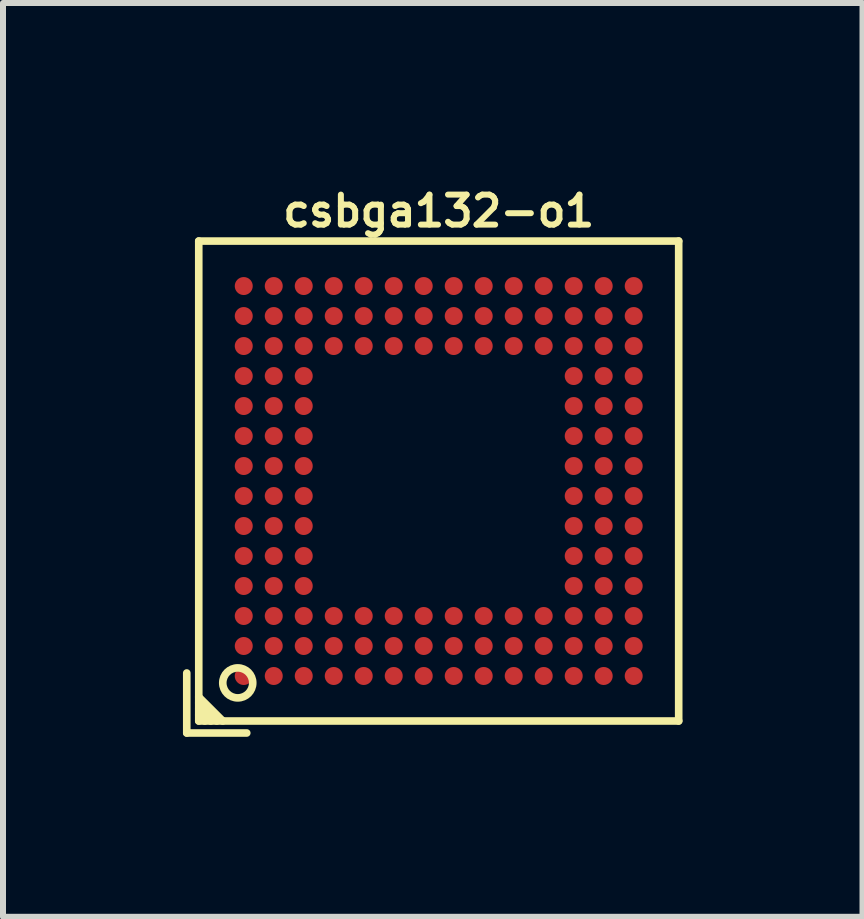
<source format=kicad_pcb>
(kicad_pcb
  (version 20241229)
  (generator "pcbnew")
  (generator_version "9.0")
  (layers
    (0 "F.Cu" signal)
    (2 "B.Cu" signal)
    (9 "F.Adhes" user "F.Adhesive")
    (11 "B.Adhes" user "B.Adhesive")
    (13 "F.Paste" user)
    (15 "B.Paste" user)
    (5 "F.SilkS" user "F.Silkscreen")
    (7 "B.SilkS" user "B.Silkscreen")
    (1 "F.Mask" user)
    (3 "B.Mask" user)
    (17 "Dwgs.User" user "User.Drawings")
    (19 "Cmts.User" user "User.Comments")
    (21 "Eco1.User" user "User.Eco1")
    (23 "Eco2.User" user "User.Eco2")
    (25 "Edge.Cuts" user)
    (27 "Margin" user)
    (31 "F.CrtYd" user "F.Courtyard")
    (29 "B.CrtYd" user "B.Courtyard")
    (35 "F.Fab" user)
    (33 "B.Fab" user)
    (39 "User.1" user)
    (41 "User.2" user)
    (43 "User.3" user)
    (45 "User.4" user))
  (footprint "csbga132-o1"
    (layer "F.Cu")
    (at 4.263 4.968)
    (property "Reference" "csbga132-o1" (at 0 -4.5 0) (layer "F.SilkS") (effects (font (size 0.5 0.5) (thickness 0.1))))
    (attr through_hole)
    (fp_line (start -4.2 3.2) (end -4.2 4.2) (stroke (width 0.127) (type solid)) (layer "F.SilkS"))
    (fp_line (start -4.2 4.2) (end -3.2 4.2) (stroke (width 0.127) (type solid)) (layer "F.SilkS"))
    (fp_line (start -4 -4) (end 4 -4) (stroke (width 0.127) (type solid)) (layer "F.SilkS"))
    (fp_line (start -4 3.6) (end -3.6 4) (stroke (width 0.127) (type solid)) (layer "F.SilkS"))
    (fp_line (start -4 3.7) (end -3.7 4) (stroke (width 0.127) (type solid)) (layer "F.SilkS"))
    (fp_line (start -4 4) (end -4 -4) (stroke (width 0.127) (type solid)) (layer "F.SilkS"))
    (fp_line (start -3.9 4) (end -4 3.9) (stroke (width 0.127) (type solid)) (layer "F.SilkS"))
    (fp_line (start -3.8 4) (end -4 3.8) (stroke (width 0.127) (type solid)) (layer "F.SilkS"))
    (fp_line (start 4 -4) (end 4 4) (stroke (width 0.127) (type solid)) (layer "F.SilkS"))
    (fp_line (start 4 4) (end -4 4) (stroke (width 0.127) (type solid)) (layer "F.SilkS"))
    (fp_circle (center -3.35 3.365) (end -3.6 3.365) (stroke (width 0.127) (type solid)) (fill no) (layer "F.SilkS"))
    (pad "A1" smd circle (at -3.25 3.25) (size 0.3 0.3) (layers "F.Cu" "F.Mask" "F.Paste"))
    (pad "A2" smd circle (at -3.25 2.75) (size 0.3 0.3) (layers "F.Cu" "F.Mask" "F.Paste"))
    (pad "A3" smd circle (at -3.25 2.25) (size 0.3 0.3) (layers "F.Cu" "F.Mask" "F.Paste"))
    (pad "A4" smd circle (at -3.25 1.75) (size 0.3 0.3) (layers "F.Cu" "F.Mask" "F.Paste"))
    (pad "A5" smd circle (at -3.25 1.25) (size 0.3 0.3) (layers "F.Cu" "F.Mask" "F.Paste"))
    (pad "A6" smd circle (at -3.25 0.75) (size 0.3 0.3) (layers "F.Cu" "F.Mask" "F.Paste"))
    (pad "A7" smd circle (at -3.25 0.25) (size 0.3 0.3) (layers "F.Cu" "F.Mask" "F.Paste"))
    (pad "A8" smd circle (at -3.25 -0.25) (size 0.3 0.3) (layers "F.Cu" "F.Mask" "F.Paste"))
    (pad "A9" smd circle (at -3.25 -0.75) (size 0.3 0.3) (layers "F.Cu" "F.Mask" "F.Paste"))
    (pad "A10" smd circle (at -3.25 -1.25) (size 0.3 0.3) (layers "F.Cu" "F.Mask" "F.Paste"))
    (pad "A11" smd circle (at -3.25 -1.75) (size 0.3 0.3) (layers "F.Cu" "F.Mask" "F.Paste"))
    (pad "A12" smd circle (at -3.25 -2.25) (size 0.3 0.3) (layers "F.Cu" "F.Mask" "F.Paste"))
    (pad "A13" smd circle (at -3.25 -2.75) (size 0.3 0.3) (layers "F.Cu" "F.Mask" "F.Paste"))
    (pad "A14" smd circle (at -3.25 -3.25) (size 0.3 0.3) (layers "F.Cu" "F.Mask" "F.Paste"))
    (pad "B1" smd circle (at -2.75 3.25) (size 0.3 0.3) (layers "F.Cu" "F.Mask" "F.Paste"))
    (pad "B2" smd circle (at -2.75 2.75) (size 0.3 0.3) (layers "F.Cu" "F.Mask" "F.Paste"))
    (pad "B3" smd circle (at -2.75 2.25) (size 0.3 0.3) (layers "F.Cu" "F.Mask" "F.Paste"))
    (pad "B4" smd circle (at -2.75 1.75) (size 0.3 0.3) (layers "F.Cu" "F.Mask" "F.Paste"))
    (pad "B5" smd circle (at -2.75 1.25) (size 0.3 0.3) (layers "F.Cu" "F.Mask" "F.Paste"))
    (pad "B6" smd circle (at -2.75 0.75) (size 0.3 0.3) (layers "F.Cu" "F.Mask" "F.Paste"))
    (pad "B7" smd circle (at -2.75 0.25) (size 0.3 0.3) (layers "F.Cu" "F.Mask" "F.Paste"))
    (pad "B8" smd circle (at -2.75 -0.25) (size 0.3 0.3) (layers "F.Cu" "F.Mask" "F.Paste"))
    (pad "B9" smd circle (at -2.75 -0.75) (size 0.3 0.3) (layers "F.Cu" "F.Mask" "F.Paste"))
    (pad "B10" smd circle (at -2.75 -1.25) (size 0.3 0.3) (layers "F.Cu" "F.Mask" "F.Paste"))
    (pad "B11" smd circle (at -2.75 -1.75) (size 0.3 0.3) (layers "F.Cu" "F.Mask" "F.Paste"))
    (pad "B12" smd circle (at -2.75 -2.25) (size 0.3 0.3) (layers "F.Cu" "F.Mask" "F.Paste"))
    (pad "B13" smd circle (at -2.75 -2.75) (size 0.3 0.3) (layers "F.Cu" "F.Mask" "F.Paste"))
    (pad "B14" smd circle (at -2.75 -3.25) (size 0.3 0.3) (layers "F.Cu" "F.Mask" "F.Paste"))
    (pad "C1" smd circle (at -2.25 3.25) (size 0.3 0.3) (layers "F.Cu" "F.Mask" "F.Paste"))
    (pad "C2" smd circle (at -2.25 2.75) (size 0.3 0.3) (layers "F.Cu" "F.Mask" "F.Paste"))
    (pad "C3" smd circle (at -2.25 2.25) (size 0.3 0.3) (layers "F.Cu" "F.Mask" "F.Paste"))
    (pad "C4" smd circle (at -2.25 1.75) (size 0.3 0.3) (layers "F.Cu" "F.Mask" "F.Paste"))
    (pad "C5" smd circle (at -2.25 1.25) (size 0.3 0.3) (layers "F.Cu" "F.Mask" "F.Paste"))
    (pad "C6" smd circle (at -2.25 0.75) (size 0.3 0.3) (layers "F.Cu" "F.Mask" "F.Paste"))
    (pad "C7" smd circle (at -2.25 0.25) (size 0.3 0.3) (layers "F.Cu" "F.Mask" "F.Paste"))
    (pad "C8" smd circle (at -2.25 -0.25) (size 0.3 0.3) (layers "F.Cu" "F.Mask" "F.Paste"))
    (pad "C9" smd circle (at -2.25 -0.75) (size 0.3 0.3) (layers "F.Cu" "F.Mask" "F.Paste"))
    (pad "C10" smd circle (at -2.25 -1.25) (size 0.3 0.3) (layers "F.Cu" "F.Mask" "F.Paste"))
    (pad "C11" smd circle (at -2.25 -1.75) (size 0.3 0.3) (layers "F.Cu" "F.Mask" "F.Paste"))
    (pad "C12" smd circle (at -2.25 -2.25) (size 0.3 0.3) (layers "F.Cu" "F.Mask" "F.Paste"))
    (pad "C13" smd circle (at -2.25 -2.75) (size 0.3 0.3) (layers "F.Cu" "F.Mask" "F.Paste"))
    (pad "C14" smd circle (at -2.25 -3.25) (size 0.3 0.3) (layers "F.Cu" "F.Mask" "F.Paste"))
    (pad "D1" smd circle (at -1.75 3.25) (size 0.3 0.3) (layers "F.Cu" "F.Mask" "F.Paste"))
    (pad "D2" smd circle (at -1.75 2.75) (size 0.3 0.3) (layers "F.Cu" "F.Mask" "F.Paste"))
    (pad "D3" smd circle (at -1.75 2.25) (size 0.3 0.3) (layers "F.Cu" "F.Mask" "F.Paste"))
    (pad "D12" smd circle (at -1.75 -2.25) (size 0.3 0.3) (layers "F.Cu" "F.Mask" "F.Paste"))
    (pad "D13" smd circle (at -1.75 -2.75) (size 0.3 0.3) (layers "F.Cu" "F.Mask" "F.Paste"))
    (pad "D14" smd circle (at -1.75 -3.25) (size 0.3 0.3) (layers "F.Cu" "F.Mask" "F.Paste"))
    (pad "E1" smd circle (at -1.25 3.25) (size 0.3 0.3) (layers "F.Cu" "F.Mask" "F.Paste"))
    (pad "E2" smd circle (at -1.25 2.75) (size 0.3 0.3) (layers "F.Cu" "F.Mask" "F.Paste"))
    (pad "E3" smd circle (at -1.25 2.25) (size 0.3 0.3) (layers "F.Cu" "F.Mask" "F.Paste"))
    (pad "E12" smd circle (at -1.25 -2.25) (size 0.3 0.3) (layers "F.Cu" "F.Mask" "F.Paste"))
    (pad "E13" smd circle (at -1.25 -2.75) (size 0.3 0.3) (layers "F.Cu" "F.Mask" "F.Paste"))
    (pad "E14" smd circle (at -1.25 -3.25) (size 0.3 0.3) (layers "F.Cu" "F.Mask" "F.Paste"))
    (pad "F1" smd circle (at -0.75 3.25) (size 0.3 0.3) (layers "F.Cu" "F.Mask" "F.Paste"))
    (pad "F2" smd circle (at -0.75 2.75) (size 0.3 0.3) (layers "F.Cu" "F.Mask" "F.Paste"))
    (pad "F3" smd circle (at -0.75 2.25) (size 0.3 0.3) (layers "F.Cu" "F.Mask" "F.Paste"))
    (pad "F12" smd circle (at -0.75 -2.25) (size 0.3 0.3) (layers "F.Cu" "F.Mask" "F.Paste"))
    (pad "F13" smd circle (at -0.75 -2.75) (size 0.3 0.3) (layers "F.Cu" "F.Mask" "F.Paste"))
    (pad "F14" smd circle (at -0.75 -3.25) (size 0.3 0.3) (layers "F.Cu" "F.Mask" "F.Paste"))
    (pad "G1" smd circle (at -0.25 3.25) (size 0.3 0.3) (layers "F.Cu" "F.Mask" "F.Paste"))
    (pad "G2" smd circle (at -0.25 2.75) (size 0.3 0.3) (layers "F.Cu" "F.Mask" "F.Paste"))
    (pad "G3" smd circle (at -0.25 2.25) (size 0.3 0.3) (layers "F.Cu" "F.Mask" "F.Paste"))
    (pad "G12" smd circle (at -0.25 -2.25) (size 0.3 0.3) (layers "F.Cu" "F.Mask" "F.Paste"))
    (pad "G13" smd circle (at -0.25 -2.75) (size 0.3 0.3) (layers "F.Cu" "F.Mask" "F.Paste"))
    (pad "G14" smd circle (at -0.25 -3.25) (size 0.3 0.3) (layers "F.Cu" "F.Mask" "F.Paste"))
    (pad "H1" smd circle (at 0.25 3.25) (size 0.3 0.3) (layers "F.Cu" "F.Mask" "F.Paste"))
    (pad "H2" smd circle (at 0.25 2.75) (size 0.3 0.3) (layers "F.Cu" "F.Mask" "F.Paste"))
    (pad "H3" smd circle (at 0.25 2.25) (size 0.3 0.3) (layers "F.Cu" "F.Mask" "F.Paste"))
    (pad "H12" smd circle (at 0.25 -2.25) (size 0.3 0.3) (layers "F.Cu" "F.Mask" "F.Paste"))
    (pad "H13" smd circle (at 0.25 -2.75) (size 0.3 0.3) (layers "F.Cu" "F.Mask" "F.Paste"))
    (pad "H14" smd circle (at 0.25 -3.25) (size 0.3 0.3) (layers "F.Cu" "F.Mask" "F.Paste"))
    (pad "J1" smd circle (at 0.75 3.25) (size 0.3 0.3) (layers "F.Cu" "F.Mask" "F.Paste"))
    (pad "J2" smd circle (at 0.75 2.75) (size 0.3 0.3) (layers "F.Cu" "F.Mask" "F.Paste"))
    (pad "J3" smd circle (at 0.75 2.25) (size 0.3 0.3) (layers "F.Cu" "F.Mask" "F.Paste"))
    (pad "J12" smd circle (at 0.75 -2.25) (size 0.3 0.3) (layers "F.Cu" "F.Mask" "F.Paste"))
    (pad "J13" smd circle (at 0.75 -2.75) (size 0.3 0.3) (layers "F.Cu" "F.Mask" "F.Paste"))
    (pad "J14" smd circle (at 0.75 -3.25) (size 0.3 0.3) (layers "F.Cu" "F.Mask" "F.Paste"))
    (pad "K1" smd circle (at 1.25 3.25) (size 0.3 0.3) (layers "F.Cu" "F.Mask" "F.Paste"))
    (pad "K2" smd circle (at 1.25 2.75) (size 0.3 0.3) (layers "F.Cu" "F.Mask" "F.Paste"))
    (pad "K3" smd circle (at 1.25 2.25) (size 0.3 0.3) (layers "F.Cu" "F.Mask" "F.Paste"))
    (pad "K12" smd circle (at 1.25 -2.25) (size 0.3 0.3) (layers "F.Cu" "F.Mask" "F.Paste"))
    (pad "K13" smd circle (at 1.25 -2.75) (size 0.3 0.3) (layers "F.Cu" "F.Mask" "F.Paste"))
    (pad "K14" smd circle (at 1.25 -3.25) (size 0.3 0.3) (layers "F.Cu" "F.Mask" "F.Paste"))
    (pad "L1" smd circle (at 1.75 3.25) (size 0.3 0.3) (layers "F.Cu" "F.Mask" "F.Paste"))
    (pad "L2" smd circle (at 1.75 2.75) (size 0.3 0.3) (layers "F.Cu" "F.Mask" "F.Paste"))
    (pad "L3" smd circle (at 1.75 2.25) (size 0.3 0.3) (layers "F.Cu" "F.Mask" "F.Paste"))
    (pad "L12" smd circle (at 1.75 -2.25) (size 0.3 0.3) (layers "F.Cu" "F.Mask" "F.Paste"))
    (pad "L13" smd circle (at 1.75 -2.75) (size 0.3 0.3) (layers "F.Cu" "F.Mask" "F.Paste"))
    (pad "L14" smd circle (at 1.75 -3.25) (size 0.3 0.3) (layers "F.Cu" "F.Mask" "F.Paste"))
    (pad "M1" smd circle (at 2.25 3.25) (size 0.3 0.3) (layers "F.Cu" "F.Mask" "F.Paste"))
    (pad "M2" smd circle (at 2.25 2.75) (size 0.3 0.3) (layers "F.Cu" "F.Mask" "F.Paste"))
    (pad "M3" smd circle (at 2.25 2.25) (size 0.3 0.3) (layers "F.Cu" "F.Mask" "F.Paste"))
    (pad "M4" smd circle (at 2.25 1.75) (size 0.3 0.3) (layers "F.Cu" "F.Mask" "F.Paste"))
    (pad "M5" smd circle (at 2.25 1.25) (size 0.3 0.3) (layers "F.Cu" "F.Mask" "F.Paste"))
    (pad "M6" smd circle (at 2.25 0.75) (size 0.3 0.3) (layers "F.Cu" "F.Mask" "F.Paste"))
    (pad "M7" smd circle (at 2.25 0.25) (size 0.3 0.3) (layers "F.Cu" "F.Mask" "F.Paste"))
    (pad "M8" smd circle (at 2.25 -0.25) (size 0.3 0.3) (layers "F.Cu" "F.Mask" "F.Paste"))
    (pad "M9" smd circle (at 2.25 -0.75) (size 0.3 0.3) (layers "F.Cu" "F.Mask" "F.Paste"))
    (pad "M10" smd circle (at 2.25 -1.25) (size 0.3 0.3) (layers "F.Cu" "F.Mask" "F.Paste"))
    (pad "M11" smd circle (at 2.25 -1.75) (size 0.3 0.3) (layers "F.Cu" "F.Mask" "F.Paste"))
    (pad "M12" smd circle (at 2.25 -2.25) (size 0.3 0.3) (layers "F.Cu" "F.Mask" "F.Paste"))
    (pad "M13" smd circle (at 2.25 -2.75) (size 0.3 0.3) (layers "F.Cu" "F.Mask" "F.Paste"))
    (pad "M14" smd circle (at 2.25 -3.25) (size 0.3 0.3) (layers "F.Cu" "F.Mask" "F.Paste"))
    (pad "N1" smd circle (at 2.75 3.25) (size 0.3 0.3) (layers "F.Cu" "F.Mask" "F.Paste"))
    (pad "N2" smd circle (at 2.75 2.75) (size 0.3 0.3) (layers "F.Cu" "F.Mask" "F.Paste"))
    (pad "N3" smd circle (at 2.75 2.25) (size 0.3 0.3) (layers "F.Cu" "F.Mask" "F.Paste"))
    (pad "N4" smd circle (at 2.75 1.75) (size 0.3 0.3) (layers "F.Cu" "F.Mask" "F.Paste"))
    (pad "N5" smd circle (at 2.75 1.25) (size 0.3 0.3) (layers "F.Cu" "F.Mask" "F.Paste"))
    (pad "N6" smd circle (at 2.75 0.75) (size 0.3 0.3) (layers "F.Cu" "F.Mask" "F.Paste"))
    (pad "N7" smd circle (at 2.75 0.25) (size 0.3 0.3) (layers "F.Cu" "F.Mask" "F.Paste"))
    (pad "N8" smd circle (at 2.75 -0.25) (size 0.3 0.3) (layers "F.Cu" "F.Mask" "F.Paste"))
    (pad "N9" smd circle (at 2.75 -0.75) (size 0.3 0.3) (layers "F.Cu" "F.Mask" "F.Paste"))
    (pad "N10" smd circle (at 2.75 -1.25) (size 0.3 0.3) (layers "F.Cu" "F.Mask" "F.Paste"))
    (pad "N11" smd circle (at 2.75 -1.75) (size 0.3 0.3) (layers "F.Cu" "F.Mask" "F.Paste"))
    (pad "N12" smd circle (at 2.75 -2.25) (size 0.3 0.3) (layers "F.Cu" "F.Mask" "F.Paste"))
    (pad "N13" smd circle (at 2.75 -2.75) (size 0.3 0.3) (layers "F.Cu" "F.Mask" "F.Paste"))
    (pad "N14" smd circle (at 2.75 -3.25) (size 0.3 0.3) (layers "F.Cu" "F.Mask" "F.Paste"))
    (pad "P1" smd circle (at 3.25 3.25) (size 0.3 0.3) (layers "F.Cu" "F.Mask" "F.Paste"))
    (pad "P2" smd circle (at 3.25 2.75) (size 0.3 0.3) (layers "F.Cu" "F.Mask" "F.Paste"))
    (pad "P3" smd circle (at 3.25 2.25) (size 0.3 0.3) (layers "F.Cu" "F.Mask" "F.Paste"))
    (pad "P4" smd circle (at 3.25 1.75) (size 0.3 0.3) (layers "F.Cu" "F.Mask" "F.Paste"))
    (pad "P5" smd circle (at 3.25 1.25) (size 0.3 0.3) (layers "F.Cu" "F.Mask" "F.Paste"))
    (pad "P6" smd circle (at 3.25 0.75) (size 0.3 0.3) (layers "F.Cu" "F.Mask" "F.Paste"))
    (pad "P7" smd circle (at 3.25 0.25) (size 0.3 0.3) (layers "F.Cu" "F.Mask" "F.Paste"))
    (pad "P8" smd circle (at 3.25 -0.25) (size 0.3 0.3) (layers "F.Cu" "F.Mask" "F.Paste"))
    (pad "P9" smd circle (at 3.25 -0.75) (size 0.3 0.3) (layers "F.Cu" "F.Mask" "F.Paste"))
    (pad "P10" smd circle (at 3.25 -1.25) (size 0.3 0.3) (layers "F.Cu" "F.Mask" "F.Paste"))
    (pad "P11" smd circle (at 3.25 -1.75) (size 0.3 0.3) (layers "F.Cu" "F.Mask" "F.Paste"))
    (pad "P12" smd circle (at 3.25 -2.25) (size 0.3 0.3) (layers "F.Cu" "F.Mask" "F.Paste"))
    (pad "P13" smd circle (at 3.25 -2.75) (size 0.3 0.3) (layers "F.Cu" "F.Mask" "F.Paste"))
    (pad "P14" smd circle (at 3.25 -3.25) (size 0.3 0.3) (layers "F.Cu" "F.Mask" "F.Paste")))
  (gr_rect
    (start -3 -3)
    (end 11.327 12.232)
    (stroke (width 0.1) (type default))
    (fill no)
    (layer "Edge.Cuts")))
</source>
